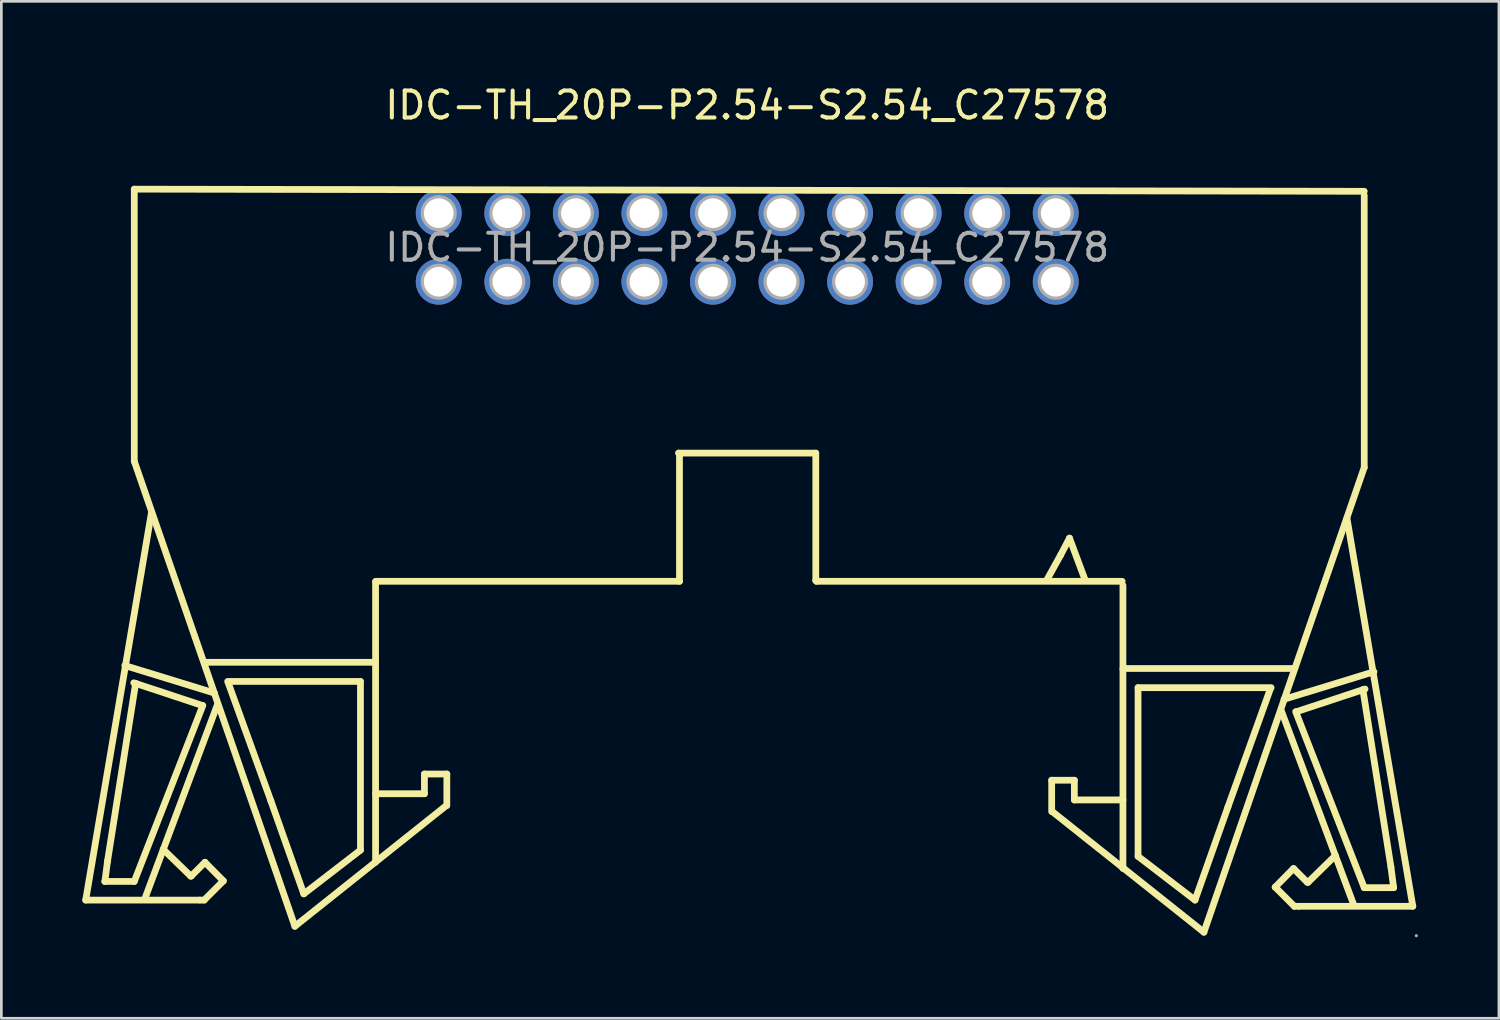
<source format=kicad_pcb>
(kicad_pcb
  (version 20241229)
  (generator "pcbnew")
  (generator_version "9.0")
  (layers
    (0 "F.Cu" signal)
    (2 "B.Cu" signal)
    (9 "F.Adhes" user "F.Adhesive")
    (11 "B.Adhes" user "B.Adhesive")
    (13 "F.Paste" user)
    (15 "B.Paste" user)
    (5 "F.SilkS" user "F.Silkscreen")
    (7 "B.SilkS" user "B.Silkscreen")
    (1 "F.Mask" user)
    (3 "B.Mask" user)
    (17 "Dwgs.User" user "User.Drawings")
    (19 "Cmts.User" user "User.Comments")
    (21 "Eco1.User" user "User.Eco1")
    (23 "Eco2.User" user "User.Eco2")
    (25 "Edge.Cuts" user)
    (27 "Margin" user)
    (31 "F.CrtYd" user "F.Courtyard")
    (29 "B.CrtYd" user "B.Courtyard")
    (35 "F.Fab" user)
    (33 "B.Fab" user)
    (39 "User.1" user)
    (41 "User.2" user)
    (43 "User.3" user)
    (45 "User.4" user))
  (footprint "IDC-TH_20P-P2.54-S2.54_C27578"
    (layer "F.Cu")
    (at 24.635 6.118)
    (property "Reference" "IDC-TH_20P-P2.54-S2.54_C27578" (at 0 -5.27 0) (layer "F.SilkS") (effects (font (size 1 1) (thickness 0.15))))
    (attr through_hole)
    (fp_line (start -24.51 24.18) (end -20.29 24.18) (stroke (width 0.25) (type solid)) (layer "F.SilkS"))
    (fp_line (start -23.8 23.49) (end -23.7 22.73) (stroke (width 0.25) (type solid)) (layer "F.SilkS"))
    (fp_line (start -23.7 22.73) (end -22.66 16.15) (stroke (width 0.25) (type solid)) (layer "F.SilkS"))
    (fp_line (start -22.73 16.13) (end -20.19 16.97) (stroke (width 0.25) (type solid)) (layer "F.SilkS"))
    (fp_line (start -22.71 -2.16) (end -22.71 7.92) (stroke (width 0.25) (type solid)) (layer "F.SilkS"))
    (fp_line (start -22.71 -2.16) (end 22.86 -2.08) (stroke (width 0.25) (type solid)) (layer "F.SilkS"))
    (fp_line (start -22.71 7.92) (end -16.76 25.15) (stroke (width 0.25) (type solid)) (layer "F.SilkS"))
    (fp_line (start -22.71 23.49) (end -23.8 23.49) (stroke (width 0.25) (type solid)) (layer "F.SilkS"))
    (fp_line (start -22.07 9.8) (end -24.51 24.18) (stroke (width 0.25) (type solid)) (layer "F.SilkS"))
    (fp_line (start -20.62 23.29) (end -21.64 22.3) (stroke (width 0.25) (type solid)) (layer "F.SilkS"))
    (fp_line (start -20.6 23.29) (end -20.62 23.29) (stroke (width 0.25) (type solid)) (layer "F.SilkS"))
    (fp_line (start -20.27 24.18) (end -20.12 24.18) (stroke (width 0.25) (type solid)) (layer "F.SilkS"))
    (fp_line (start -20.17 16.97) (end -22.71 23.49) (stroke (width 0.25) (type solid)) (layer "F.SilkS"))
    (fp_line (start -20.12 24.18) (end -19.41 23.47) (stroke (width 0.25) (type solid)) (layer "F.SilkS"))
    (fp_line (start -20.09 15.37) (end -13.79 15.37) (stroke (width 0.25) (type solid)) (layer "F.SilkS"))
    (fp_line (start -20.09 22.78) (end -20.6 23.29) (stroke (width 0.25) (type solid)) (layer "F.SilkS"))
    (fp_line (start -19.74 16.51) (end -23.06 15.49) (stroke (width 0.25) (type solid)) (layer "F.SilkS"))
    (fp_line (start -19.63 16.94) (end -22.33 24.16) (stroke (width 0.25) (type solid)) (layer "F.SilkS"))
    (fp_line (start -19.41 23.47) (end -20.09 22.78) (stroke (width 0.25) (type solid)) (layer "F.SilkS"))
    (fp_line (start -19.25 16.08) (end -14.33 16.08) (stroke (width 0.25) (type solid)) (layer "F.SilkS"))
    (fp_line (start -17.65 20.5) (end -19.23 16.13) (stroke (width 0.25) (type solid)) (layer "F.SilkS"))
    (fp_line (start -16.76 25.15) (end -11.15 20.68) (stroke (width 0.25) (type solid)) (layer "F.SilkS"))
    (fp_line (start -16.43 23.95) (end -17.65 20.5) (stroke (width 0.25) (type solid)) (layer "F.SilkS"))
    (fp_line (start -14.33 16.08) (end -14.33 22.33) (stroke (width 0.25) (type solid)) (layer "F.SilkS"))
    (fp_line (start -14.33 22.33) (end -16.43 23.95) (stroke (width 0.25) (type solid)) (layer "F.SilkS"))
    (fp_line (start -13.79 15.37) (end -13.77 15.39) (stroke (width 0.25) (type solid)) (layer "F.SilkS"))
    (fp_line (start -13.77 12.37) (end -2.51 12.37) (stroke (width 0.25) (type solid)) (layer "F.SilkS"))
    (fp_line (start -13.77 12.4) (end -13.77 22.78) (stroke (width 0.25) (type solid)) (layer "F.SilkS"))
    (fp_line (start -11.96 19.51) (end -11.96 20.24) (stroke (width 0.25) (type solid)) (layer "F.SilkS"))
    (fp_line (start -11.96 20.24) (end -13.77 20.24) (stroke (width 0.25) (type solid)) (layer "F.SilkS"))
    (fp_line (start -11.13 19.51) (end -11.96 19.51) (stroke (width 0.25) (type solid)) (layer "F.SilkS"))
    (fp_line (start -11.13 20.68) (end -11.13 19.51) (stroke (width 0.25) (type solid)) (layer "F.SilkS"))
    (fp_line (start -2.54 7.62) (end 2.54 7.62) (stroke (width 0.25) (type solid)) (layer "F.SilkS"))
    (fp_line (start -2.51 7.65) (end -2.54 7.62) (stroke (width 0.25) (type solid)) (layer "F.SilkS"))
    (fp_line (start -2.51 12.37) (end -2.51 7.65) (stroke (width 0.25) (type solid)) (layer "F.SilkS"))
    (fp_line (start 2.54 7.62) (end 2.54 12.34) (stroke (width 0.25) (type solid)) (layer "F.SilkS"))
    (fp_line (start 2.54 12.34) (end 2.57 12.37) (stroke (width 0.25) (type solid)) (layer "F.SilkS"))
    (fp_line (start 2.57 12.37) (end 13.89 12.37) (stroke (width 0.25) (type solid)) (layer "F.SilkS"))
    (fp_line (start 11.1 12.32) (end 11.61 11.4) (stroke (width 0.25) (type solid)) (layer "F.SilkS"))
    (fp_line (start 11.28 19.74) (end 12.12 19.74) (stroke (width 0.25) (type solid)) (layer "F.SilkS"))
    (fp_line (start 11.28 20.9) (end 11.28 19.74) (stroke (width 0.25) (type solid)) (layer "F.SilkS"))
    (fp_line (start 11.61 11.4) (end 11.94 10.77) (stroke (width 0.25) (type solid)) (layer "F.SilkS"))
    (fp_line (start 11.94 10.77) (end 12.5 12.27) (stroke (width 0.25) (type solid)) (layer "F.SilkS"))
    (fp_line (start 12.12 19.74) (end 12.12 20.47) (stroke (width 0.25) (type solid)) (layer "F.SilkS"))
    (fp_line (start 12.12 20.47) (end 13.92 20.47) (stroke (width 0.25) (type solid)) (layer "F.SilkS"))
    (fp_line (start 13.92 12.52) (end 13.92 23.01) (stroke (width 0.25) (type solid)) (layer "F.SilkS"))
    (fp_line (start 13.94 15.6) (end 13.92 15.62) (stroke (width 0.25) (type solid)) (layer "F.SilkS"))
    (fp_line (start 14.48 16.31) (end 14.48 22.56) (stroke (width 0.25) (type solid)) (layer "F.SilkS"))
    (fp_line (start 14.48 22.56) (end 16.59 24.18) (stroke (width 0.25) (type solid)) (layer "F.SilkS"))
    (fp_line (start 16.59 24.18) (end 17.81 20.73) (stroke (width 0.25) (type solid)) (layer "F.SilkS"))
    (fp_line (start 16.92 25.37) (end 11.3 20.9) (stroke (width 0.25) (type solid)) (layer "F.SilkS"))
    (fp_line (start 17.81 20.73) (end 19.38 16.36) (stroke (width 0.25) (type solid)) (layer "F.SilkS"))
    (fp_line (start 19.41 16.31) (end 14.48 16.31) (stroke (width 0.25) (type solid)) (layer "F.SilkS"))
    (fp_line (start 19.56 23.7) (end 20.24 23.01) (stroke (width 0.25) (type solid)) (layer "F.SilkS"))
    (fp_line (start 19.79 17.17) (end 22.48 24.38) (stroke (width 0.25) (type solid)) (layer "F.SilkS"))
    (fp_line (start 19.89 16.74) (end 23.22 15.72) (stroke (width 0.25) (type solid)) (layer "F.SilkS"))
    (fp_line (start 20.24 15.6) (end 13.94 15.6) (stroke (width 0.25) (type solid)) (layer "F.SilkS"))
    (fp_line (start 20.24 23.01) (end 20.75 23.52) (stroke (width 0.25) (type solid)) (layer "F.SilkS"))
    (fp_line (start 20.27 24.41) (end 19.56 23.7) (stroke (width 0.25) (type solid)) (layer "F.SilkS"))
    (fp_line (start 20.32 17.2) (end 22.86 23.72) (stroke (width 0.25) (type solid)) (layer "F.SilkS"))
    (fp_line (start 20.42 24.41) (end 20.27 24.41) (stroke (width 0.25) (type solid)) (layer "F.SilkS"))
    (fp_line (start 20.75 23.52) (end 20.78 23.52) (stroke (width 0.25) (type solid)) (layer "F.SilkS"))
    (fp_line (start 20.78 23.52) (end 21.79 22.53) (stroke (width 0.25) (type solid)) (layer "F.SilkS"))
    (fp_line (start 22.22 10.03) (end 24.66 24.41) (stroke (width 0.25) (type solid)) (layer "F.SilkS"))
    (fp_line (start 22.86 -1.93) (end 22.86 8.15) (stroke (width 0.25) (type solid)) (layer "F.SilkS"))
    (fp_line (start 22.86 8.15) (end 16.92 25.37) (stroke (width 0.25) (type solid)) (layer "F.SilkS"))
    (fp_line (start 22.86 23.72) (end 23.95 23.72) (stroke (width 0.25) (type solid)) (layer "F.SilkS"))
    (fp_line (start 22.89 16.36) (end 20.35 17.2) (stroke (width 0.25) (type solid)) (layer "F.SilkS"))
    (fp_line (start 23.85 22.96) (end 22.81 16.38) (stroke (width 0.25) (type solid)) (layer "F.SilkS"))
    (fp_line (start 23.95 23.72) (end 23.85 22.96) (stroke (width 0.25) (type solid)) (layer "F.SilkS"))
    (fp_line (start 24.66 24.41) (end 20.45 24.41) (stroke (width 0.25) (type solid)) (layer "F.SilkS"))
    (fp_circle (center -11.43 -1.27) (end -11.21 -1.27) (stroke (width 0.45) (type solid)) (fill no) (layer "F.Fab"))
    (fp_circle (center -11.43 1.27) (end -11.21 1.27) (stroke (width 0.45) (type solid)) (fill no) (layer "F.Fab"))
    (fp_circle (center -8.89 -1.27) (end -8.67 -1.27) (stroke (width 0.45) (type solid)) (fill no) (layer "F.Fab"))
    (fp_circle (center -8.89 1.27) (end -8.67 1.27) (stroke (width 0.45) (type solid)) (fill no) (layer "F.Fab"))
    (fp_circle (center -6.35 -1.27) (end -6.13 -1.27) (stroke (width 0.45) (type solid)) (fill no) (layer "F.Fab"))
    (fp_circle (center -6.35 1.27) (end -6.13 1.27) (stroke (width 0.45) (type solid)) (fill no) (layer "F.Fab"))
    (fp_circle (center -3.81 -1.27) (end -3.59 -1.27) (stroke (width 0.45) (type solid)) (fill no) (layer "F.Fab"))
    (fp_circle (center -3.81 1.27) (end -3.59 1.27) (stroke (width 0.45) (type solid)) (fill no) (layer "F.Fab"))
    (fp_circle (center -1.27 -1.27) (end -1.05 -1.27) (stroke (width 0.45) (type solid)) (fill no) (layer "F.Fab"))
    (fp_circle (center -1.27 1.27) (end -1.05 1.27) (stroke (width 0.45) (type solid)) (fill no) (layer "F.Fab"))
    (fp_circle (center 1.27 -1.27) (end 1.49 -1.27) (stroke (width 0.45) (type solid)) (fill no) (layer "F.Fab"))
    (fp_circle (center 1.27 1.27) (end 1.49 1.27) (stroke (width 0.45) (type solid)) (fill no) (layer "F.Fab"))
    (fp_circle (center 3.81 -1.27) (end 4.03 -1.27) (stroke (width 0.45) (type solid)) (fill no) (layer "F.Fab"))
    (fp_circle (center 3.81 1.27) (end 4.03 1.27) (stroke (width 0.45) (type solid)) (fill no) (layer "F.Fab"))
    (fp_circle (center 6.35 -1.27) (end 6.57 -1.27) (stroke (width 0.45) (type solid)) (fill no) (layer "F.Fab"))
    (fp_circle (center 6.35 1.27) (end 6.57 1.27) (stroke (width 0.45) (type solid)) (fill no) (layer "F.Fab"))
    (fp_circle (center 8.89 -1.27) (end 9.11 -1.27) (stroke (width 0.45) (type solid)) (fill no) (layer "F.Fab"))
    (fp_circle (center 8.89 1.27) (end 9.11 1.27) (stroke (width 0.45) (type solid)) (fill no) (layer "F.Fab"))
    (fp_circle (center 11.43 -1.27) (end 11.65 -1.27) (stroke (width 0.45) (type solid)) (fill no) (layer "F.Fab"))
    (fp_circle (center 11.43 1.27) (end 11.65 1.27) (stroke (width 0.45) (type solid)) (fill no) (layer "F.Fab"))
    (fp_circle (center 24.79 25.5) (end 24.82 25.5) (stroke (width 0.06) (type solid)) (fill no) (layer "F.Fab"))
    (fp_text user "${REFERENCE}" (at 0 0 0) (layer "F.Fab") (effects (font (size 1 1) (thickness 0.15))))
    (pad "1" thru_hole circle (at 11.43 1.27) (size 1.7 1.7) (drill 1.1) (layers "*.Cu" "*.Paste" "*.Mask"))
    (pad "2" thru_hole circle (at 11.43 -1.27) (size 1.7 1.7) (drill 1.1) (layers "*.Cu" "*.Paste" "*.Mask"))
    (pad "3" thru_hole circle (at 8.89 1.27) (size 1.7 1.7) (drill 1.1) (layers "*.Cu" "*.Paste" "*.Mask"))
    (pad "4" thru_hole circle (at 8.89 -1.27) (size 1.7 1.7) (drill 1.1) (layers "*.Cu" "*.Paste" "*.Mask"))
    (pad "5" thru_hole circle (at 6.35 1.27) (size 1.7 1.7) (drill 1.1) (layers "*.Cu" "*.Paste" "*.Mask"))
    (pad "6" thru_hole circle (at 6.35 -1.27) (size 1.7 1.7) (drill 1.1) (layers "*.Cu" "*.Paste" "*.Mask"))
    (pad "7" thru_hole circle (at 3.81 1.27) (size 1.7 1.7) (drill 1.1) (layers "*.Cu" "*.Paste" "*.Mask"))
    (pad "8" thru_hole circle (at 3.81 -1.27) (size 1.7 1.7) (drill 1.1) (layers "*.Cu" "*.Paste" "*.Mask"))
    (pad "9" thru_hole circle (at 1.27 1.27) (size 1.7 1.7) (drill 1.1) (layers "*.Cu" "*.Paste" "*.Mask"))
    (pad "10" thru_hole circle (at 1.27 -1.27) (size 1.7 1.7) (drill 1.1) (layers "*.Cu" "*.Paste" "*.Mask"))
    (pad "11" thru_hole circle (at -1.27 1.27) (size 1.7 1.7) (drill 1.1) (layers "*.Cu" "*.Paste" "*.Mask"))
    (pad "12" thru_hole circle (at -1.27 -1.27) (size 1.7 1.7) (drill 1.1) (layers "*.Cu" "*.Paste" "*.Mask"))
    (pad "13" thru_hole circle (at -3.81 1.27) (size 1.7 1.7) (drill 1.1) (layers "*.Cu" "*.Paste" "*.Mask"))
    (pad "14" thru_hole circle (at -3.81 -1.27) (size 1.7 1.7) (drill 1.1) (layers "*.Cu" "*.Paste" "*.Mask"))
    (pad "15" thru_hole circle (at -6.35 1.27) (size 1.7 1.7) (drill 1.1) (layers "*.Cu" "*.Paste" "*.Mask"))
    (pad "16" thru_hole circle (at -6.35 -1.27) (size 1.7 1.7) (drill 1.1) (layers "*.Cu" "*.Paste" "*.Mask"))
    (pad "17" thru_hole circle (at -8.89 1.27) (size 1.7 1.7) (drill 1.1) (layers "*.Cu" "*.Paste" "*.Mask"))
    (pad "18" thru_hole circle (at -8.89 -1.27) (size 1.7 1.7) (drill 1.1) (layers "*.Cu" "*.Paste" "*.Mask"))
    (pad "19" thru_hole circle (at -11.43 1.27) (size 1.7 1.7) (drill 1.1) (layers "*.Cu" "*.Paste" "*.Mask"))
    (pad "20" thru_hole circle (at -11.43 -1.27) (size 1.7 1.7) (drill 1.1) (layers "*.Cu" "*.Paste" "*.Mask")))
  (gr_rect
    (start -3 -3)
    (end 52.485 34.678)
    (stroke (width 0.1) (type default))
    (fill no)
    (layer "Edge.Cuts")))
</source>
